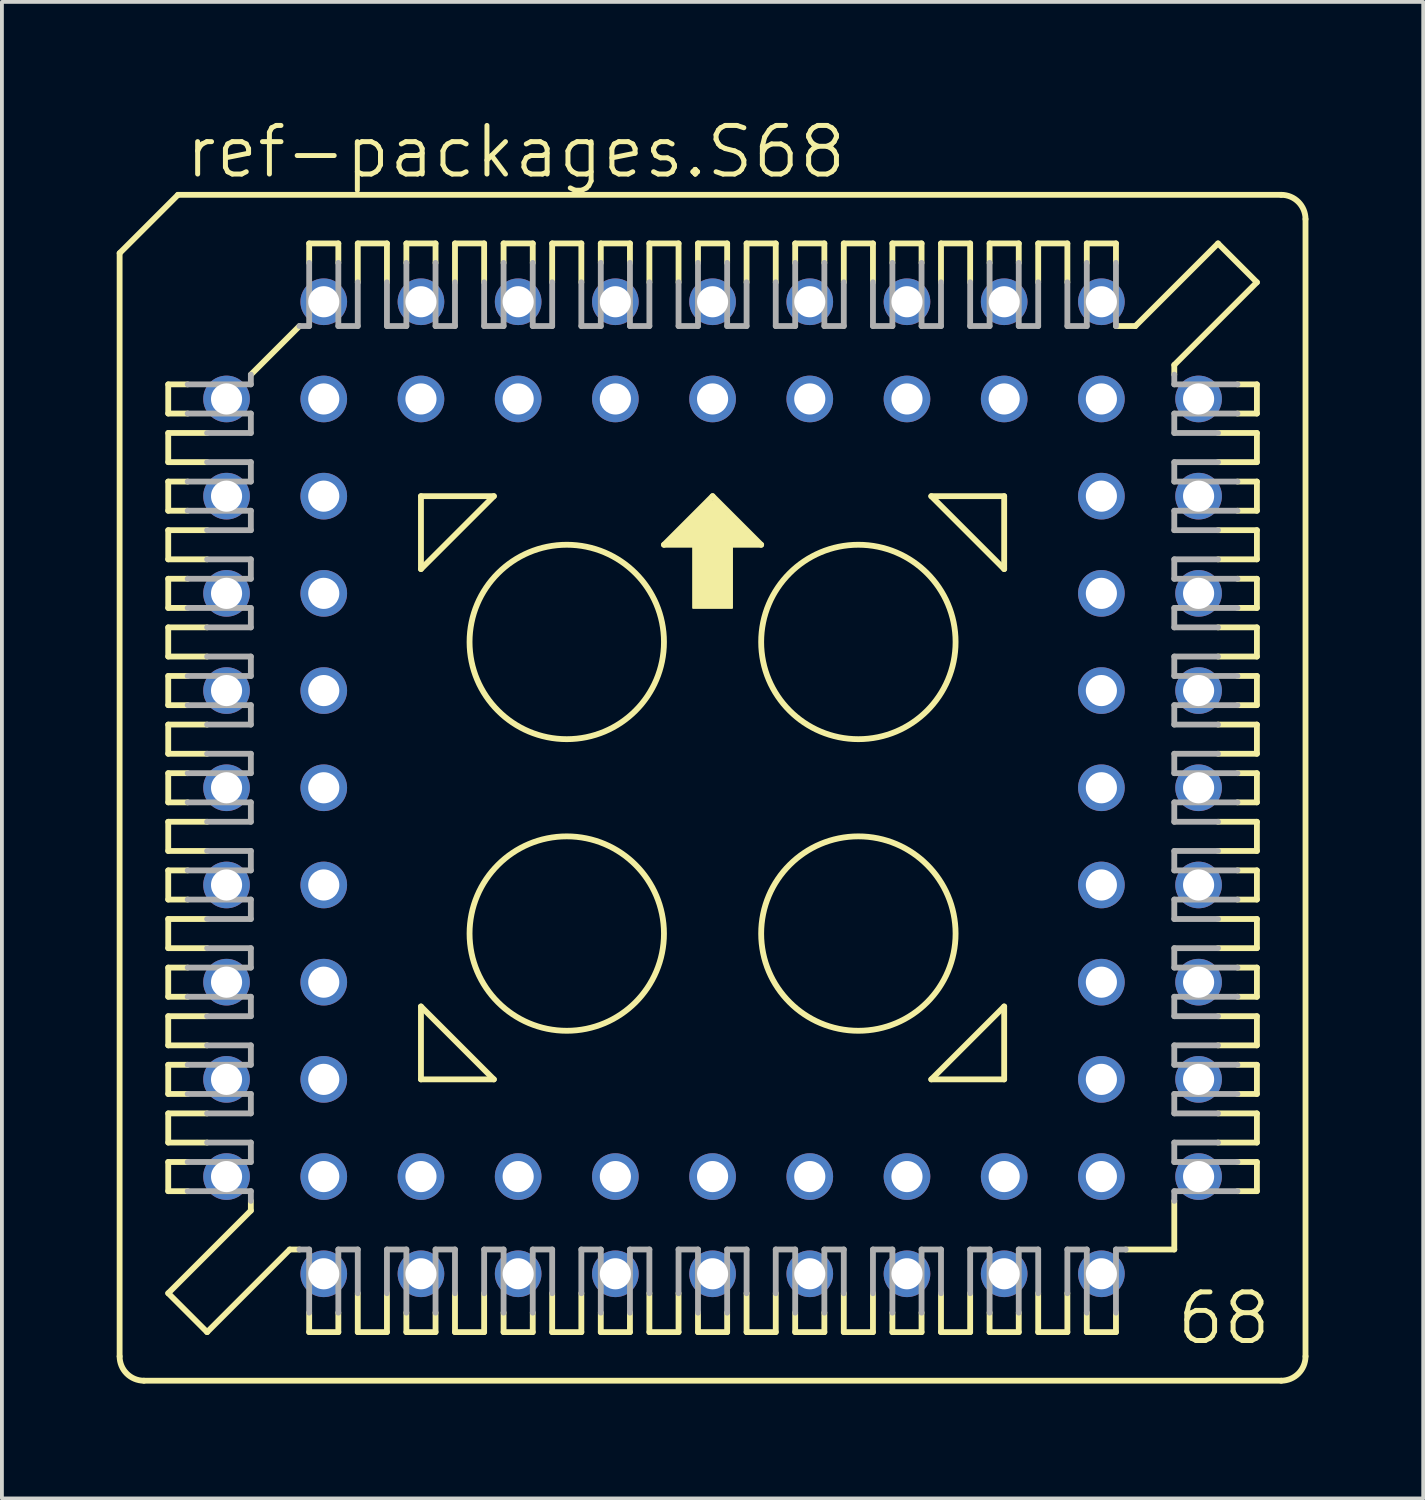
<source format=kicad_pcb>
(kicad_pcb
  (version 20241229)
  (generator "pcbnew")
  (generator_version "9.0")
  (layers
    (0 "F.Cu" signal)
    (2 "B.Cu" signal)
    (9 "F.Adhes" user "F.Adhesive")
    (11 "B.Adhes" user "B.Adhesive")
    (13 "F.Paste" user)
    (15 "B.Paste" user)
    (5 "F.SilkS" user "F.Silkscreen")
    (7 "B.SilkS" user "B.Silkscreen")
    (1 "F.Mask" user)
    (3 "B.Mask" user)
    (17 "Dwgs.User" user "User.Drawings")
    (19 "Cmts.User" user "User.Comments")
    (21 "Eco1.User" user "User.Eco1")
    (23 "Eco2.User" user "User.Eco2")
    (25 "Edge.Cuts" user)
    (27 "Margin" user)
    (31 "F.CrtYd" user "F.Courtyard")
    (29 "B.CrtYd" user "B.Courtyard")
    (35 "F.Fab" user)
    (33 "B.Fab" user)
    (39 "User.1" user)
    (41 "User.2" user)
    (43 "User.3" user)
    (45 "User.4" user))
  (footprint "ref-packages.S68"
    (layer "F.Cu")
    (at 15.57 17.535)
    (property "Reference" "ref-packages.S68" (at -13.843 -15.875 0) (layer "F.SilkS") (effects (font (size 1.27 1.27) (thickness 0.13)) (justify left bottom)))
    (attr through_hole)
    (fp_line (start -15.494 -13.97) (end -15.494 14.859) (stroke (width 0.152) (type default)) (layer "F.SilkS"))
    (fp_line (start -14.224 -10.541) (end -14.224 -9.779) (stroke (width 0.152) (type default)) (layer "F.SilkS"))
    (fp_line (start -14.224 -9.779) (end -13.716 -9.779) (stroke (width 0.152) (type default)) (layer "F.SilkS"))
    (fp_line (start -14.224 -9.271) (end -14.224 -8.509) (stroke (width 0.152) (type default)) (layer "F.SilkS"))
    (fp_line (start -14.224 -8.509) (end -13.208 -8.509) (stroke (width 0.152) (type default)) (layer "F.SilkS"))
    (fp_line (start -14.224 -8.001) (end -13.716 -8.001) (stroke (width 0.152) (type default)) (layer "F.SilkS"))
    (fp_line (start -14.224 -7.239) (end -14.224 -8.001) (stroke (width 0.152) (type default)) (layer "F.SilkS"))
    (fp_line (start -14.224 -6.731) (end -14.224 -5.969) (stroke (width 0.152) (type default)) (layer "F.SilkS"))
    (fp_line (start -14.224 -5.969) (end -13.208 -5.969) (stroke (width 0.152) (type default)) (layer "F.SilkS"))
    (fp_line (start -14.224 -5.461) (end -14.224 -4.699) (stroke (width 0.152) (type default)) (layer "F.SilkS"))
    (fp_line (start -14.224 -4.699) (end -13.716 -4.699) (stroke (width 0.152) (type default)) (layer "F.SilkS"))
    (fp_line (start -14.224 -4.191) (end -14.224 -3.429) (stroke (width 0.152) (type default)) (layer "F.SilkS"))
    (fp_line (start -14.224 -3.429) (end -13.208 -3.429) (stroke (width 0.152) (type default)) (layer "F.SilkS"))
    (fp_line (start -14.224 -2.921) (end -14.224 -2.159) (stroke (width 0.152) (type default)) (layer "F.SilkS"))
    (fp_line (start -14.224 -2.159) (end -13.716 -2.159) (stroke (width 0.152) (type default)) (layer "F.SilkS"))
    (fp_line (start -14.224 -1.651) (end -13.208 -1.651) (stroke (width 0.152) (type default)) (layer "F.SilkS"))
    (fp_line (start -14.224 -0.889) (end -14.224 -1.651) (stroke (width 0.152) (type default)) (layer "F.SilkS"))
    (fp_line (start -14.224 -0.381) (end -13.716 -0.381) (stroke (width 0.152) (type default)) (layer "F.SilkS"))
    (fp_line (start -14.224 0.381) (end -14.224 -0.381) (stroke (width 0.152) (type default)) (layer "F.SilkS"))
    (fp_line (start -14.224 0.889) (end -13.208 0.889) (stroke (width 0.152) (type default)) (layer "F.SilkS"))
    (fp_line (start -14.224 1.651) (end -14.224 0.889) (stroke (width 0.152) (type default)) (layer "F.SilkS"))
    (fp_line (start -14.224 2.159) (end -13.716 2.159) (stroke (width 0.152) (type default)) (layer "F.SilkS"))
    (fp_line (start -14.224 2.921) (end -14.224 2.159) (stroke (width 0.152) (type default)) (layer "F.SilkS"))
    (fp_line (start -14.224 3.429) (end -13.208 3.429) (stroke (width 0.152) (type default)) (layer "F.SilkS"))
    (fp_line (start -14.224 4.191) (end -14.224 3.429) (stroke (width 0.152) (type default)) (layer "F.SilkS"))
    (fp_line (start -14.224 4.699) (end -13.716 4.699) (stroke (width 0.152) (type default)) (layer "F.SilkS"))
    (fp_line (start -14.224 5.461) (end -14.224 4.699) (stroke (width 0.152) (type default)) (layer "F.SilkS"))
    (fp_line (start -14.224 5.969) (end -14.224 6.731) (stroke (width 0.152) (type default)) (layer "F.SilkS"))
    (fp_line (start -14.224 6.731) (end -13.208 6.731) (stroke (width 0.152) (type default)) (layer "F.SilkS"))
    (fp_line (start -14.224 7.239) (end -14.224 8.001) (stroke (width 0.152) (type default)) (layer "F.SilkS"))
    (fp_line (start -14.224 8.001) (end -13.716 8.001) (stroke (width 0.152) (type default)) (layer "F.SilkS"))
    (fp_line (start -14.224 8.509) (end -14.224 9.271) (stroke (width 0.152) (type default)) (layer "F.SilkS"))
    (fp_line (start -14.224 9.271) (end -13.208 9.271) (stroke (width 0.152) (type default)) (layer "F.SilkS"))
    (fp_line (start -14.224 9.779) (end -13.716 9.779) (stroke (width 0.152) (type default)) (layer "F.SilkS"))
    (fp_line (start -14.224 10.541) (end -14.224 9.779) (stroke (width 0.152) (type default)) (layer "F.SilkS"))
    (fp_line (start -14.224 13.208) (end -12.065 11.049) (stroke (width 0.152) (type default)) (layer "F.SilkS"))
    (fp_line (start -13.97 -15.494) (end -15.494 -13.97) (stroke (width 0.152) (type default)) (layer "F.SilkS"))
    (fp_line (start -13.716 -10.541) (end -14.224 -10.541) (stroke (width 0.152) (type default)) (layer "F.SilkS"))
    (fp_line (start -13.716 -7.239) (end -14.224 -7.239) (stroke (width 0.152) (type default)) (layer "F.SilkS"))
    (fp_line (start -13.716 -5.461) (end -14.224 -5.461) (stroke (width 0.152) (type default)) (layer "F.SilkS"))
    (fp_line (start -13.716 -2.921) (end -14.224 -2.921) (stroke (width 0.152) (type default)) (layer "F.SilkS"))
    (fp_line (start -13.716 0.381) (end -14.224 0.381) (stroke (width 0.152) (type default)) (layer "F.SilkS"))
    (fp_line (start -13.716 2.921) (end -14.224 2.921) (stroke (width 0.152) (type default)) (layer "F.SilkS"))
    (fp_line (start -13.716 5.461) (end -14.224 5.461) (stroke (width 0.152) (type default)) (layer "F.SilkS"))
    (fp_line (start -13.716 7.239) (end -14.224 7.239) (stroke (width 0.152) (type default)) (layer "F.SilkS"))
    (fp_line (start -13.716 10.541) (end -14.224 10.541) (stroke (width 0.152) (type default)) (layer "F.SilkS"))
    (fp_line (start -13.208 -9.271) (end -14.224 -9.271) (stroke (width 0.152) (type default)) (layer "F.SilkS"))
    (fp_line (start -13.208 -6.731) (end -14.224 -6.731) (stroke (width 0.152) (type default)) (layer "F.SilkS"))
    (fp_line (start -13.208 -4.191) (end -14.224 -4.191) (stroke (width 0.152) (type default)) (layer "F.SilkS"))
    (fp_line (start -13.208 -0.889) (end -14.224 -0.889) (stroke (width 0.152) (type default)) (layer "F.SilkS"))
    (fp_line (start -13.208 1.651) (end -14.224 1.651) (stroke (width 0.152) (type default)) (layer "F.SilkS"))
    (fp_line (start -13.208 4.191) (end -14.224 4.191) (stroke (width 0.152) (type default)) (layer "F.SilkS"))
    (fp_line (start -13.208 5.969) (end -14.224 5.969) (stroke (width 0.152) (type default)) (layer "F.SilkS"))
    (fp_line (start -13.208 8.509) (end -14.224 8.509) (stroke (width 0.152) (type default)) (layer "F.SilkS"))
    (fp_line (start -13.208 14.224) (end -14.224 13.208) (stroke (width 0.152) (type default)) (layer "F.SilkS"))
    (fp_line (start -13.208 14.224) (end -11.049 12.065) (stroke (width 0.152) (type default)) (layer "F.SilkS"))
    (fp_line (start -12.065 -10.795) (end -10.795 -12.065) (stroke (width 0.152) (type default)) (layer "F.SilkS"))
    (fp_line (start -12.065 11.049) (end -12.065 10.795) (stroke (width 0.152) (type default)) (layer "F.SilkS"))
    (fp_line (start -11.049 12.065) (end -10.795 12.065) (stroke (width 0.152) (type default)) (layer "F.SilkS"))
    (fp_line (start -10.541 -14.224) (end -10.541 -13.716) (stroke (width 0.152) (type default)) (layer "F.SilkS"))
    (fp_line (start -10.541 13.716) (end -10.541 14.224) (stroke (width 0.152) (type default)) (layer "F.SilkS"))
    (fp_line (start -10.541 14.224) (end -9.779 14.224) (stroke (width 0.152) (type default)) (layer "F.SilkS"))
    (fp_line (start -9.779 -14.224) (end -10.541 -14.224) (stroke (width 0.152) (type default)) (layer "F.SilkS"))
    (fp_line (start -9.779 -13.716) (end -9.779 -14.224) (stroke (width 0.152) (type default)) (layer "F.SilkS"))
    (fp_line (start -9.779 14.224) (end -9.779 13.716) (stroke (width 0.152) (type default)) (layer "F.SilkS"))
    (fp_line (start -9.271 -14.224) (end -9.271 -13.208) (stroke (width 0.152) (type default)) (layer "F.SilkS"))
    (fp_line (start -9.271 13.208) (end -9.271 14.224) (stroke (width 0.152) (type default)) (layer "F.SilkS"))
    (fp_line (start -9.271 14.224) (end -8.509 14.224) (stroke (width 0.152) (type default)) (layer "F.SilkS"))
    (fp_line (start -8.509 -14.224) (end -9.271 -14.224) (stroke (width 0.152) (type default)) (layer "F.SilkS"))
    (fp_line (start -8.509 -13.208) (end -8.509 -14.224) (stroke (width 0.152) (type default)) (layer "F.SilkS"))
    (fp_line (start -8.509 14.224) (end -8.509 13.208) (stroke (width 0.152) (type default)) (layer "F.SilkS"))
    (fp_line (start -8.001 -14.224) (end -8.001 -13.716) (stroke (width 0.152) (type default)) (layer "F.SilkS"))
    (fp_line (start -8.001 14.224) (end -8.001 13.716) (stroke (width 0.152) (type default)) (layer "F.SilkS"))
    (fp_line (start -7.62 -7.62) (end -5.715 -7.62) (stroke (width 0.152) (type default)) (layer "F.SilkS"))
    (fp_line (start -7.62 -5.715) (end -7.62 -7.62) (stroke (width 0.152) (type default)) (layer "F.SilkS"))
    (fp_line (start -7.62 5.715) (end -5.715 7.62) (stroke (width 0.152) (type default)) (layer "F.SilkS"))
    (fp_line (start -7.62 7.62) (end -7.62 5.715) (stroke (width 0.152) (type default)) (layer "F.SilkS"))
    (fp_line (start -7.239 -14.224) (end -8.001 -14.224) (stroke (width 0.152) (type default)) (layer "F.SilkS"))
    (fp_line (start -7.239 -13.716) (end -7.239 -14.224) (stroke (width 0.152) (type default)) (layer "F.SilkS"))
    (fp_line (start -7.239 13.716) (end -7.239 14.224) (stroke (width 0.152) (type default)) (layer "F.SilkS"))
    (fp_line (start -7.239 14.224) (end -8.001 14.224) (stroke (width 0.152) (type default)) (layer "F.SilkS"))
    (fp_line (start -6.731 -14.224) (end -6.731 -13.208) (stroke (width 0.152) (type default)) (layer "F.SilkS"))
    (fp_line (start -6.731 13.208) (end -6.731 14.224) (stroke (width 0.152) (type default)) (layer "F.SilkS"))
    (fp_line (start -6.731 14.224) (end -5.969 14.224) (stroke (width 0.152) (type default)) (layer "F.SilkS"))
    (fp_line (start -5.969 -14.224) (end -6.731 -14.224) (stroke (width 0.152) (type default)) (layer "F.SilkS"))
    (fp_line (start -5.969 -13.208) (end -5.969 -14.224) (stroke (width 0.152) (type default)) (layer "F.SilkS"))
    (fp_line (start -5.969 14.224) (end -5.969 13.208) (stroke (width 0.152) (type default)) (layer "F.SilkS"))
    (fp_line (start -5.715 -7.62) (end -7.62 -5.715) (stroke (width 0.152) (type default)) (layer "F.SilkS"))
    (fp_line (start -5.715 7.62) (end -7.62 7.62) (stroke (width 0.152) (type default)) (layer "F.SilkS"))
    (fp_line (start -5.461 -14.224) (end -5.461 -13.716) (stroke (width 0.152) (type default)) (layer "F.SilkS"))
    (fp_line (start -5.461 13.716) (end -5.461 14.224) (stroke (width 0.152) (type default)) (layer "F.SilkS"))
    (fp_line (start -5.461 14.224) (end -4.699 14.224) (stroke (width 0.152) (type default)) (layer "F.SilkS"))
    (fp_line (start -4.699 -14.224) (end -5.461 -14.224) (stroke (width 0.152) (type default)) (layer "F.SilkS"))
    (fp_line (start -4.699 -13.716) (end -4.699 -14.224) (stroke (width 0.152) (type default)) (layer "F.SilkS"))
    (fp_line (start -4.699 14.224) (end -4.699 13.716) (stroke (width 0.152) (type default)) (layer "F.SilkS"))
    (fp_line (start -4.191 -14.224) (end -4.191 -13.208) (stroke (width 0.152) (type default)) (layer "F.SilkS"))
    (fp_line (start -4.191 13.208) (end -4.191 14.224) (stroke (width 0.152) (type default)) (layer "F.SilkS"))
    (fp_line (start -4.191 14.224) (end -3.429 14.224) (stroke (width 0.152) (type default)) (layer "F.SilkS"))
    (fp_line (start -3.429 -14.224) (end -4.191 -14.224) (stroke (width 0.152) (type default)) (layer "F.SilkS"))
    (fp_line (start -3.429 -13.208) (end -3.429 -14.224) (stroke (width 0.152) (type default)) (layer "F.SilkS"))
    (fp_line (start -3.429 14.224) (end -3.429 13.208) (stroke (width 0.152) (type default)) (layer "F.SilkS"))
    (fp_line (start -2.921 -14.224) (end -2.921 -13.716) (stroke (width 0.152) (type default)) (layer "F.SilkS"))
    (fp_line (start -2.921 13.716) (end -2.921 14.224) (stroke (width 0.152) (type default)) (layer "F.SilkS"))
    (fp_line (start -2.921 14.224) (end -2.159 14.224) (stroke (width 0.152) (type default)) (layer "F.SilkS"))
    (fp_line (start -2.159 -14.224) (end -2.921 -14.224) (stroke (width 0.152) (type default)) (layer "F.SilkS"))
    (fp_line (start -2.159 -13.716) (end -2.159 -14.224) (stroke (width 0.152) (type default)) (layer "F.SilkS"))
    (fp_line (start -2.159 14.224) (end -2.159 13.716) (stroke (width 0.152) (type default)) (layer "F.SilkS"))
    (fp_line (start -1.651 -14.224) (end -1.651 -13.208) (stroke (width 0.152) (type default)) (layer "F.SilkS"))
    (fp_line (start -1.651 13.208) (end -1.651 14.224) (stroke (width 0.152) (type default)) (layer "F.SilkS"))
    (fp_line (start -1.651 14.224) (end -0.889 14.224) (stroke (width 0.152) (type default)) (layer "F.SilkS"))
    (fp_line (start -1.27 -6.35) (end 1.27 -6.35) (stroke (width 0.152) (type default)) (layer "F.SilkS"))
    (fp_line (start -0.889 -14.224) (end -1.651 -14.224) (stroke (width 0.152) (type default)) (layer "F.SilkS"))
    (fp_line (start -0.889 -13.208) (end -0.889 -14.224) (stroke (width 0.152) (type default)) (layer "F.SilkS"))
    (fp_line (start -0.889 14.224) (end -0.889 13.208) (stroke (width 0.152) (type default)) (layer "F.SilkS"))
    (fp_line (start -0.381 -14.224) (end -0.381 -13.716) (stroke (width 0.152) (type default)) (layer "F.SilkS"))
    (fp_line (start -0.381 13.716) (end -0.381 14.224) (stroke (width 0.152) (type default)) (layer "F.SilkS"))
    (fp_line (start -0.381 14.224) (end 0.381 14.224) (stroke (width 0.152) (type default)) (layer "F.SilkS"))
    (fp_line (start 0 -7.62) (end -1.27 -6.35) (stroke (width 0.152) (type default)) (layer "F.SilkS"))
    (fp_line (start 0.381 -14.224) (end -0.381 -14.224) (stroke (width 0.152) (type default)) (layer "F.SilkS"))
    (fp_line (start 0.381 -13.716) (end 0.381 -14.224) (stroke (width 0.152) (type default)) (layer "F.SilkS"))
    (fp_line (start 0.381 14.224) (end 0.381 13.716) (stroke (width 0.152) (type default)) (layer "F.SilkS"))
    (fp_line (start 0.889 -14.224) (end 0.889 -13.208) (stroke (width 0.152) (type default)) (layer "F.SilkS"))
    (fp_line (start 0.889 13.208) (end 0.889 14.224) (stroke (width 0.152) (type default)) (layer "F.SilkS"))
    (fp_line (start 0.889 14.224) (end 1.651 14.224) (stroke (width 0.152) (type default)) (layer "F.SilkS"))
    (fp_line (start 1.27 -6.35) (end 0 -7.62) (stroke (width 0.152) (type default)) (layer "F.SilkS"))
    (fp_line (start 1.651 -14.224) (end 0.889 -14.224) (stroke (width 0.152) (type default)) (layer "F.SilkS"))
    (fp_line (start 1.651 -13.208) (end 1.651 -14.224) (stroke (width 0.152) (type default)) (layer "F.SilkS"))
    (fp_line (start 1.651 14.224) (end 1.651 13.208) (stroke (width 0.152) (type default)) (layer "F.SilkS"))
    (fp_line (start 2.159 -14.224) (end 2.159 -13.716) (stroke (width 0.152) (type default)) (layer "F.SilkS"))
    (fp_line (start 2.159 13.716) (end 2.159 14.224) (stroke (width 0.152) (type default)) (layer "F.SilkS"))
    (fp_line (start 2.159 14.224) (end 2.921 14.224) (stroke (width 0.152) (type default)) (layer "F.SilkS"))
    (fp_line (start 2.921 -14.224) (end 2.159 -14.224) (stroke (width 0.152) (type default)) (layer "F.SilkS"))
    (fp_line (start 2.921 -13.716) (end 2.921 -14.224) (stroke (width 0.152) (type default)) (layer "F.SilkS"))
    (fp_line (start 2.921 14.224) (end 2.921 13.716) (stroke (width 0.152) (type default)) (layer "F.SilkS"))
    (fp_line (start 3.429 -14.224) (end 3.429 -13.208) (stroke (width 0.152) (type default)) (layer "F.SilkS"))
    (fp_line (start 3.429 13.208) (end 3.429 14.224) (stroke (width 0.152) (type default)) (layer "F.SilkS"))
    (fp_line (start 3.429 14.224) (end 4.191 14.224) (stroke (width 0.152) (type default)) (layer "F.SilkS"))
    (fp_line (start 4.191 -14.224) (end 3.429 -14.224) (stroke (width 0.152) (type default)) (layer "F.SilkS"))
    (fp_line (start 4.191 -13.208) (end 4.191 -14.224) (stroke (width 0.152) (type default)) (layer "F.SilkS"))
    (fp_line (start 4.191 14.224) (end 4.191 13.208) (stroke (width 0.152) (type default)) (layer "F.SilkS"))
    (fp_line (start 4.699 -14.224) (end 4.699 -13.716) (stroke (width 0.152) (type default)) (layer "F.SilkS"))
    (fp_line (start 4.699 13.716) (end 4.699 14.224) (stroke (width 0.152) (type default)) (layer "F.SilkS"))
    (fp_line (start 4.699 14.224) (end 5.461 14.224) (stroke (width 0.152) (type default)) (layer "F.SilkS"))
    (fp_line (start 5.461 -14.224) (end 4.699 -14.224) (stroke (width 0.152) (type default)) (layer "F.SilkS"))
    (fp_line (start 5.461 -13.716) (end 5.461 -14.224) (stroke (width 0.152) (type default)) (layer "F.SilkS"))
    (fp_line (start 5.461 14.224) (end 5.461 13.716) (stroke (width 0.152) (type default)) (layer "F.SilkS"))
    (fp_line (start 5.715 -7.62) (end 7.62 -7.62) (stroke (width 0.152) (type default)) (layer "F.SilkS"))
    (fp_line (start 5.715 7.62) (end 7.62 7.62) (stroke (width 0.152) (type default)) (layer "F.SilkS"))
    (fp_line (start 5.969 -14.224) (end 5.969 -13.208) (stroke (width 0.152) (type default)) (layer "F.SilkS"))
    (fp_line (start 5.969 13.208) (end 5.969 14.224) (stroke (width 0.152) (type default)) (layer "F.SilkS"))
    (fp_line (start 5.969 14.224) (end 6.731 14.224) (stroke (width 0.152) (type default)) (layer "F.SilkS"))
    (fp_line (start 6.731 -14.224) (end 5.969 -14.224) (stroke (width 0.152) (type default)) (layer "F.SilkS"))
    (fp_line (start 6.731 -13.208) (end 6.731 -14.224) (stroke (width 0.152) (type default)) (layer "F.SilkS"))
    (fp_line (start 6.731 14.224) (end 6.731 13.208) (stroke (width 0.152) (type default)) (layer "F.SilkS"))
    (fp_line (start 7.239 -14.224) (end 8.001 -14.224) (stroke (width 0.152) (type default)) (layer "F.SilkS"))
    (fp_line (start 7.239 -13.716) (end 7.239 -14.224) (stroke (width 0.152) (type default)) (layer "F.SilkS"))
    (fp_line (start 7.239 13.716) (end 7.239 14.224) (stroke (width 0.152) (type default)) (layer "F.SilkS"))
    (fp_line (start 7.239 14.224) (end 8.001 14.224) (stroke (width 0.152) (type default)) (layer "F.SilkS"))
    (fp_line (start 7.62 -7.62) (end 7.62 -5.715) (stroke (width 0.152) (type default)) (layer "F.SilkS"))
    (fp_line (start 7.62 -5.715) (end 5.715 -7.62) (stroke (width 0.152) (type default)) (layer "F.SilkS"))
    (fp_line (start 7.62 5.715) (end 5.715 7.62) (stroke (width 0.152) (type default)) (layer "F.SilkS"))
    (fp_line (start 7.62 7.62) (end 7.62 5.715) (stroke (width 0.152) (type default)) (layer "F.SilkS"))
    (fp_line (start 8.001 -14.224) (end 8.001 -13.716) (stroke (width 0.152) (type default)) (layer "F.SilkS"))
    (fp_line (start 8.001 14.224) (end 8.001 13.716) (stroke (width 0.152) (type default)) (layer "F.SilkS"))
    (fp_line (start 8.509 -14.224) (end 8.509 -13.208) (stroke (width 0.152) (type default)) (layer "F.SilkS"))
    (fp_line (start 8.509 13.208) (end 8.509 14.224) (stroke (width 0.152) (type default)) (layer "F.SilkS"))
    (fp_line (start 8.509 14.224) (end 9.271 14.224) (stroke (width 0.152) (type default)) (layer "F.SilkS"))
    (fp_line (start 9.271 -14.224) (end 8.509 -14.224) (stroke (width 0.152) (type default)) (layer "F.SilkS"))
    (fp_line (start 9.271 -13.208) (end 9.271 -14.224) (stroke (width 0.152) (type default)) (layer "F.SilkS"))
    (fp_line (start 9.271 14.224) (end 9.271 13.208) (stroke (width 0.152) (type default)) (layer "F.SilkS"))
    (fp_line (start 9.779 -14.224) (end 9.779 -13.716) (stroke (width 0.152) (type default)) (layer "F.SilkS"))
    (fp_line (start 9.779 13.716) (end 9.779 14.224) (stroke (width 0.152) (type default)) (layer "F.SilkS"))
    (fp_line (start 9.779 14.224) (end 10.541 14.224) (stroke (width 0.152) (type default)) (layer "F.SilkS"))
    (fp_line (start 10.541 -14.224) (end 9.779 -14.224) (stroke (width 0.152) (type default)) (layer "F.SilkS"))
    (fp_line (start 10.541 -13.716) (end 10.541 -14.224) (stroke (width 0.152) (type default)) (layer "F.SilkS"))
    (fp_line (start 10.541 14.224) (end 10.541 13.716) (stroke (width 0.152) (type default)) (layer "F.SilkS"))
    (fp_line (start 10.795 12.065) (end 12.065 12.065) (stroke (width 0.152) (type default)) (layer "F.SilkS"))
    (fp_line (start 11.049 -12.065) (end 10.541 -12.065) (stroke (width 0.152) (type default)) (layer "F.SilkS"))
    (fp_line (start 12.065 -11.049) (end 12.065 -10.795) (stroke (width 0.152) (type default)) (layer "F.SilkS"))
    (fp_line (start 12.065 12.065) (end 12.065 10.795) (stroke (width 0.152) (type default)) (layer "F.SilkS"))
    (fp_line (start 13.208 -14.224) (end 11.049 -12.065) (stroke (width 0.152) (type default)) (layer "F.SilkS"))
    (fp_line (start 13.208 -8.509) (end 14.224 -8.509) (stroke (width 0.152) (type default)) (layer "F.SilkS"))
    (fp_line (start 13.208 -5.969) (end 14.224 -5.969) (stroke (width 0.152) (type default)) (layer "F.SilkS"))
    (fp_line (start 13.208 -4.191) (end 14.224 -4.191) (stroke (width 0.152) (type default)) (layer "F.SilkS"))
    (fp_line (start 13.208 -1.651) (end 14.224 -1.651) (stroke (width 0.152) (type default)) (layer "F.SilkS"))
    (fp_line (start 13.208 0.889) (end 14.224 0.889) (stroke (width 0.152) (type default)) (layer "F.SilkS"))
    (fp_line (start 13.208 4.191) (end 14.224 4.191) (stroke (width 0.152) (type default)) (layer "F.SilkS"))
    (fp_line (start 13.208 6.731) (end 14.224 6.731) (stroke (width 0.152) (type default)) (layer "F.SilkS"))
    (fp_line (start 13.208 9.271) (end 14.224 9.271) (stroke (width 0.152) (type default)) (layer "F.SilkS"))
    (fp_line (start 13.716 -10.541) (end 14.224 -10.541) (stroke (width 0.152) (type default)) (layer "F.SilkS"))
    (fp_line (start 13.716 -7.239) (end 14.224 -7.239) (stroke (width 0.152) (type default)) (layer "F.SilkS"))
    (fp_line (start 13.716 -5.461) (end 14.224 -5.461) (stroke (width 0.152) (type default)) (layer "F.SilkS"))
    (fp_line (start 13.716 -2.921) (end 14.224 -2.921) (stroke (width 0.152) (type default)) (layer "F.SilkS"))
    (fp_line (start 13.716 -0.381) (end 14.224 -0.381) (stroke (width 0.152) (type default)) (layer "F.SilkS"))
    (fp_line (start 13.716 2.921) (end 14.224 2.921) (stroke (width 0.152) (type default)) (layer "F.SilkS"))
    (fp_line (start 13.716 5.461) (end 14.224 5.461) (stroke (width 0.152) (type default)) (layer "F.SilkS"))
    (fp_line (start 13.716 7.239) (end 14.224 7.239) (stroke (width 0.152) (type default)) (layer "F.SilkS"))
    (fp_line (start 13.716 10.541) (end 14.224 10.541) (stroke (width 0.152) (type default)) (layer "F.SilkS"))
    (fp_line (start 14.224 -13.208) (end 12.065 -11.049) (stroke (width 0.152) (type default)) (layer "F.SilkS"))
    (fp_line (start 14.224 -13.208) (end 13.208 -14.224) (stroke (width 0.152) (type default)) (layer "F.SilkS"))
    (fp_line (start 14.224 -10.541) (end 14.224 -9.779) (stroke (width 0.152) (type default)) (layer "F.SilkS"))
    (fp_line (start 14.224 -9.779) (end 13.716 -9.779) (stroke (width 0.152) (type default)) (layer "F.SilkS"))
    (fp_line (start 14.224 -9.271) (end 13.208 -9.271) (stroke (width 0.152) (type default)) (layer "F.SilkS"))
    (fp_line (start 14.224 -8.509) (end 14.224 -9.271) (stroke (width 0.152) (type default)) (layer "F.SilkS"))
    (fp_line (start 14.224 -8.001) (end 13.716 -8.001) (stroke (width 0.152) (type default)) (layer "F.SilkS"))
    (fp_line (start 14.224 -7.239) (end 14.224 -8.001) (stroke (width 0.152) (type default)) (layer "F.SilkS"))
    (fp_line (start 14.224 -6.731) (end 13.208 -6.731) (stroke (width 0.152) (type default)) (layer "F.SilkS"))
    (fp_line (start 14.224 -5.969) (end 14.224 -6.731) (stroke (width 0.152) (type default)) (layer "F.SilkS"))
    (fp_line (start 14.224 -5.461) (end 14.224 -4.699) (stroke (width 0.152) (type default)) (layer "F.SilkS"))
    (fp_line (start 14.224 -4.699) (end 13.716 -4.699) (stroke (width 0.152) (type default)) (layer "F.SilkS"))
    (fp_line (start 14.224 -4.191) (end 14.224 -3.429) (stroke (width 0.152) (type default)) (layer "F.SilkS"))
    (fp_line (start 14.224 -3.429) (end 13.208 -3.429) (stroke (width 0.152) (type default)) (layer "F.SilkS"))
    (fp_line (start 14.224 -2.921) (end 14.224 -2.159) (stroke (width 0.152) (type default)) (layer "F.SilkS"))
    (fp_line (start 14.224 -2.159) (end 13.716 -2.159) (stroke (width 0.152) (type default)) (layer "F.SilkS"))
    (fp_line (start 14.224 -1.651) (end 14.224 -0.889) (stroke (width 0.152) (type default)) (layer "F.SilkS"))
    (fp_line (start 14.224 -0.889) (end 13.208 -0.889) (stroke (width 0.152) (type default)) (layer "F.SilkS"))
    (fp_line (start 14.224 -0.381) (end 14.224 0.381) (stroke (width 0.152) (type default)) (layer "F.SilkS"))
    (fp_line (start 14.224 0.381) (end 13.716 0.381) (stroke (width 0.152) (type default)) (layer "F.SilkS"))
    (fp_line (start 14.224 0.889) (end 14.224 1.651) (stroke (width 0.152) (type default)) (layer "F.SilkS"))
    (fp_line (start 14.224 1.651) (end 13.208 1.651) (stroke (width 0.152) (type default)) (layer "F.SilkS"))
    (fp_line (start 14.224 2.159) (end 13.716 2.159) (stroke (width 0.152) (type default)) (layer "F.SilkS"))
    (fp_line (start 14.224 2.921) (end 14.224 2.159) (stroke (width 0.152) (type default)) (layer "F.SilkS"))
    (fp_line (start 14.224 3.429) (end 13.208 3.429) (stroke (width 0.152) (type default)) (layer "F.SilkS"))
    (fp_line (start 14.224 4.191) (end 14.224 3.429) (stroke (width 0.152) (type default)) (layer "F.SilkS"))
    (fp_line (start 14.224 4.699) (end 13.716 4.699) (stroke (width 0.152) (type default)) (layer "F.SilkS"))
    (fp_line (start 14.224 5.461) (end 14.224 4.699) (stroke (width 0.152) (type default)) (layer "F.SilkS"))
    (fp_line (start 14.224 5.969) (end 13.208 5.969) (stroke (width 0.152) (type default)) (layer "F.SilkS"))
    (fp_line (start 14.224 6.731) (end 14.224 5.969) (stroke (width 0.152) (type default)) (layer "F.SilkS"))
    (fp_line (start 14.224 7.239) (end 14.224 8.001) (stroke (width 0.152) (type default)) (layer "F.SilkS"))
    (fp_line (start 14.224 8.001) (end 13.716 8.001) (stroke (width 0.152) (type default)) (layer "F.SilkS"))
    (fp_line (start 14.224 8.509) (end 13.208 8.509) (stroke (width 0.152) (type default)) (layer "F.SilkS"))
    (fp_line (start 14.224 9.271) (end 14.224 8.509) (stroke (width 0.152) (type default)) (layer "F.SilkS"))
    (fp_line (start 14.224 9.779) (end 13.716 9.779) (stroke (width 0.152) (type default)) (layer "F.SilkS"))
    (fp_line (start 14.224 10.541) (end 14.224 9.779) (stroke (width 0.152) (type default)) (layer "F.SilkS"))
    (fp_line (start 14.859 -15.494) (end -13.97 -15.494) (stroke (width 0.152) (type default)) (layer "F.SilkS"))
    (fp_line (start 14.859 15.494) (end -14.859 15.494) (stroke (width 0.152) (type default)) (layer "F.SilkS"))
    (fp_line (start 15.494 -14.859) (end 15.494 14.859) (stroke (width 0.152) (type default)) (layer "F.SilkS"))
    (fp_rect (start -1.143 -6.35) (end -0.889 -6.477) (stroke (width 0.05) (type default)) (fill yes) (layer "F.SilkS"))
    (fp_rect (start -1.016 -6.477) (end -0.889 -6.604) (stroke (width 0.05) (type default)) (fill yes) (layer "F.SilkS"))
    (fp_rect (start -0.889 -6.35) (end 0.889 -6.731) (stroke (width 0.05) (type default)) (fill yes) (layer "F.SilkS"))
    (fp_rect (start -0.762 -6.731) (end -0.635 -6.858) (stroke (width 0.05) (type default)) (fill yes) (layer "F.SilkS"))
    (fp_rect (start -0.635 -6.731) (end 0.635 -6.985) (stroke (width 0.05) (type default)) (fill yes) (layer "F.SilkS"))
    (fp_rect (start -0.508 -6.985) (end -0.381 -7.112) (stroke (width 0.05) (type default)) (fill yes) (layer "F.SilkS"))
    (fp_rect (start -0.508 -4.699) (end 0.508 -6.604) (stroke (width 0.05) (type default)) (fill yes) (layer "F.SilkS"))
    (fp_rect (start -0.381 -6.985) (end 0.381 -7.239) (stroke (width 0.05) (type default)) (fill yes) (layer "F.SilkS"))
    (fp_rect (start -0.254 -7.239) (end -0.127 -7.366) (stroke (width 0.05) (type default)) (fill yes) (layer "F.SilkS"))
    (fp_rect (start -0.127 -7.239) (end 0.127 -7.493) (stroke (width 0.05) (type default)) (fill yes) (layer "F.SilkS"))
    (fp_rect (start 0.127 -7.239) (end 0.254 -7.366) (stroke (width 0.05) (type default)) (fill yes) (layer "F.SilkS"))
    (fp_rect (start 0.381 -6.985) (end 0.508 -7.112) (stroke (width 0.05) (type default)) (fill yes) (layer "F.SilkS"))
    (fp_rect (start 0.635 -6.731) (end 0.762 -6.858) (stroke (width 0.05) (type default)) (fill yes) (layer "F.SilkS"))
    (fp_rect (start 0.889 -6.477) (end 1.016 -6.604) (stroke (width 0.05) (type default)) (fill yes) (layer "F.SilkS"))
    (fp_rect (start 0.889 -6.35) (end 1.143 -6.477) (stroke (width 0.05) (type default)) (fill yes) (layer "F.SilkS"))
    (fp_arc (start -14.859 15.494) (mid -15.308013 15.308013) (end -15.494 14.859) (stroke (width 0.1524) (type default)) (layer "F.SilkS"))
    (fp_arc (start 14.859 -15.494) (mid 15.308013 -15.308013) (end 15.494 -14.859) (stroke (width 0.1524) (type default)) (layer "F.SilkS"))
    (fp_arc (start 15.494 14.859) (mid 15.308013 15.308013) (end 14.859 15.494) (stroke (width 0.1524) (type default)) (layer "F.SilkS"))
    (fp_circle (center -3.81 -3.81) (end -1.27 -3.81) (stroke (width 0.152) (type default)) (fill no) (layer "F.SilkS"))
    (fp_circle (center -3.81 3.81) (end -1.27 3.81) (stroke (width 0.152) (type default)) (fill no) (layer "F.SilkS"))
    (fp_circle (center 3.81 -3.81) (end 6.35 -3.81) (stroke (width 0.152) (type default)) (fill no) (layer "F.SilkS"))
    (fp_circle (center 3.81 3.81) (end 6.35 3.81) (stroke (width 0.152) (type default)) (fill no) (layer "F.SilkS"))
    (fp_line (start -13.716 -10.541) (end -12.065 -10.541) (stroke (width 0.152) (type default)) (layer "F.Fab"))
    (fp_line (start -13.716 -7.239) (end -12.065 -7.239) (stroke (width 0.152) (type default)) (layer "F.Fab"))
    (fp_line (start -13.716 -5.461) (end -12.065 -5.461) (stroke (width 0.152) (type default)) (layer "F.Fab"))
    (fp_line (start -13.716 -2.921) (end -12.065 -2.921) (stroke (width 0.152) (type default)) (layer "F.Fab"))
    (fp_line (start -13.716 0.381) (end -12.065 0.381) (stroke (width 0.152) (type default)) (layer "F.Fab"))
    (fp_line (start -13.716 2.921) (end -12.065 2.921) (stroke (width 0.152) (type default)) (layer "F.Fab"))
    (fp_line (start -13.716 5.461) (end -12.065 5.461) (stroke (width 0.152) (type default)) (layer "F.Fab"))
    (fp_line (start -13.716 7.239) (end -12.065 7.239) (stroke (width 0.152) (type default)) (layer "F.Fab"))
    (fp_line (start -13.716 9.779) (end -12.065 9.779) (stroke (width 0.152) (type default)) (layer "F.Fab"))
    (fp_line (start -13.716 10.541) (end -12.065 10.541) (stroke (width 0.152) (type default)) (layer "F.Fab"))
    (fp_line (start -13.208 -9.271) (end -12.065 -9.271) (stroke (width 0.152) (type default)) (layer "F.Fab"))
    (fp_line (start -13.208 -6.731) (end -12.065 -6.731) (stroke (width 0.152) (type default)) (layer "F.Fab"))
    (fp_line (start -13.208 -4.191) (end -12.065 -4.191) (stroke (width 0.152) (type default)) (layer "F.Fab"))
    (fp_line (start -13.208 -0.889) (end -12.065 -0.889) (stroke (width 0.152) (type default)) (layer "F.Fab"))
    (fp_line (start -13.208 1.651) (end -12.065 1.651) (stroke (width 0.152) (type default)) (layer "F.Fab"))
    (fp_line (start -13.208 4.191) (end -12.065 4.191) (stroke (width 0.152) (type default)) (layer "F.Fab"))
    (fp_line (start -13.208 5.969) (end -12.065 5.969) (stroke (width 0.152) (type default)) (layer "F.Fab"))
    (fp_line (start -13.208 8.509) (end -12.065 8.509) (stroke (width 0.152) (type default)) (layer "F.Fab"))
    (fp_line (start -12.065 -10.541) (end -12.065 -10.795) (stroke (width 0.152) (type default)) (layer "F.Fab"))
    (fp_line (start -12.065 -9.779) (end -13.716 -9.779) (stroke (width 0.152) (type default)) (layer "F.Fab"))
    (fp_line (start -12.065 -9.779) (end -12.065 -9.271) (stroke (width 0.152) (type default)) (layer "F.Fab"))
    (fp_line (start -12.065 -8.509) (end -13.208 -8.509) (stroke (width 0.152) (type default)) (layer "F.Fab"))
    (fp_line (start -12.065 -8.001) (end -13.716 -8.001) (stroke (width 0.152) (type default)) (layer "F.Fab"))
    (fp_line (start -12.065 -8.001) (end -12.065 -8.509) (stroke (width 0.152) (type default)) (layer "F.Fab"))
    (fp_line (start -12.065 -6.731) (end -12.065 -7.239) (stroke (width 0.152) (type default)) (layer "F.Fab"))
    (fp_line (start -12.065 -5.969) (end -13.208 -5.969) (stroke (width 0.152) (type default)) (layer "F.Fab"))
    (fp_line (start -12.065 -5.969) (end -12.065 -5.461) (stroke (width 0.152) (type default)) (layer "F.Fab"))
    (fp_line (start -12.065 -4.699) (end -13.716 -4.699) (stroke (width 0.152) (type default)) (layer "F.Fab"))
    (fp_line (start -12.065 -4.699) (end -12.065 -4.191) (stroke (width 0.152) (type default)) (layer "F.Fab"))
    (fp_line (start -12.065 -3.429) (end -13.208 -3.429) (stroke (width 0.152) (type default)) (layer "F.Fab"))
    (fp_line (start -12.065 -3.429) (end -12.065 -2.921) (stroke (width 0.152) (type default)) (layer "F.Fab"))
    (fp_line (start -12.065 -2.159) (end -13.716 -2.159) (stroke (width 0.152) (type default)) (layer "F.Fab"))
    (fp_line (start -12.065 -2.159) (end -12.065 -1.651) (stroke (width 0.152) (type default)) (layer "F.Fab"))
    (fp_line (start -12.065 -1.651) (end -13.208 -1.651) (stroke (width 0.152) (type default)) (layer "F.Fab"))
    (fp_line (start -12.065 -0.381) (end -13.716 -0.381) (stroke (width 0.152) (type default)) (layer "F.Fab"))
    (fp_line (start -12.065 -0.381) (end -12.065 -0.889) (stroke (width 0.152) (type default)) (layer "F.Fab"))
    (fp_line (start -12.065 0.889) (end -13.208 0.889) (stroke (width 0.152) (type default)) (layer "F.Fab"))
    (fp_line (start -12.065 0.889) (end -12.065 0.381) (stroke (width 0.152) (type default)) (layer "F.Fab"))
    (fp_line (start -12.065 2.159) (end -13.716 2.159) (stroke (width 0.152) (type default)) (layer "F.Fab"))
    (fp_line (start -12.065 2.159) (end -12.065 1.651) (stroke (width 0.152) (type default)) (layer "F.Fab"))
    (fp_line (start -12.065 3.429) (end -13.208 3.429) (stroke (width 0.152) (type default)) (layer "F.Fab"))
    (fp_line (start -12.065 3.429) (end -12.065 2.921) (stroke (width 0.152) (type default)) (layer "F.Fab"))
    (fp_line (start -12.065 4.699) (end -13.716 4.699) (stroke (width 0.152) (type default)) (layer "F.Fab"))
    (fp_line (start -12.065 4.699) (end -12.065 4.191) (stroke (width 0.152) (type default)) (layer "F.Fab"))
    (fp_line (start -12.065 5.461) (end -12.065 5.969) (stroke (width 0.152) (type default)) (layer "F.Fab"))
    (fp_line (start -12.065 6.731) (end -13.208 6.731) (stroke (width 0.152) (type default)) (layer "F.Fab"))
    (fp_line (start -12.065 6.731) (end -12.065 7.239) (stroke (width 0.152) (type default)) (layer "F.Fab"))
    (fp_line (start -12.065 8.001) (end -13.716 8.001) (stroke (width 0.152) (type default)) (layer "F.Fab"))
    (fp_line (start -12.065 8.001) (end -12.065 8.509) (stroke (width 0.152) (type default)) (layer "F.Fab"))
    (fp_line (start -12.065 9.271) (end -13.208 9.271) (stroke (width 0.152) (type default)) (layer "F.Fab"))
    (fp_line (start -12.065 9.271) (end -12.065 9.779) (stroke (width 0.152) (type default)) (layer "F.Fab"))
    (fp_line (start -12.065 10.541) (end -12.065 10.795) (stroke (width 0.152) (type default)) (layer "F.Fab"))
    (fp_line (start -10.795 -12.065) (end -10.541 -12.065) (stroke (width 0.152) (type default)) (layer "F.Fab"))
    (fp_line (start -10.541 -12.065) (end -10.541 -13.716) (stroke (width 0.152) (type default)) (layer "F.Fab"))
    (fp_line (start -10.541 12.065) (end -10.795 12.065) (stroke (width 0.152) (type default)) (layer "F.Fab"))
    (fp_line (start -10.541 13.716) (end -10.541 12.065) (stroke (width 0.152) (type default)) (layer "F.Fab"))
    (fp_line (start -9.779 -13.716) (end -9.779 -12.065) (stroke (width 0.152) (type default)) (layer "F.Fab"))
    (fp_line (start -9.779 12.065) (end -9.779 13.716) (stroke (width 0.152) (type default)) (layer "F.Fab"))
    (fp_line (start -9.779 12.065) (end -9.271 12.065) (stroke (width 0.152) (type default)) (layer "F.Fab"))
    (fp_line (start -9.271 -12.065) (end -9.779 -12.065) (stroke (width 0.152) (type default)) (layer "F.Fab"))
    (fp_line (start -9.271 -12.065) (end -9.271 -13.208) (stroke (width 0.152) (type default)) (layer "F.Fab"))
    (fp_line (start -9.271 13.208) (end -9.271 12.065) (stroke (width 0.152) (type default)) (layer "F.Fab"))
    (fp_line (start -8.509 -13.208) (end -8.509 -12.065) (stroke (width 0.152) (type default)) (layer "F.Fab"))
    (fp_line (start -8.509 12.065) (end -8.509 13.208) (stroke (width 0.152) (type default)) (layer "F.Fab"))
    (fp_line (start -8.001 -12.065) (end -8.509 -12.065) (stroke (width 0.152) (type default)) (layer "F.Fab"))
    (fp_line (start -8.001 -12.065) (end -8.001 -13.716) (stroke (width 0.152) (type default)) (layer "F.Fab"))
    (fp_line (start -8.001 12.065) (end -8.509 12.065) (stroke (width 0.152) (type default)) (layer "F.Fab"))
    (fp_line (start -8.001 12.065) (end -8.001 13.716) (stroke (width 0.152) (type default)) (layer "F.Fab"))
    (fp_line (start -7.239 -13.716) (end -7.239 -12.065) (stroke (width 0.152) (type default)) (layer "F.Fab"))
    (fp_line (start -7.239 13.716) (end -7.239 12.065) (stroke (width 0.152) (type default)) (layer "F.Fab"))
    (fp_line (start -6.731 -12.065) (end -7.239 -12.065) (stroke (width 0.152) (type default)) (layer "F.Fab"))
    (fp_line (start -6.731 -12.065) (end -6.731 -13.208) (stroke (width 0.152) (type default)) (layer "F.Fab"))
    (fp_line (start -6.731 12.065) (end -7.239 12.065) (stroke (width 0.152) (type default)) (layer "F.Fab"))
    (fp_line (start -6.731 13.208) (end -6.731 12.065) (stroke (width 0.152) (type default)) (layer "F.Fab"))
    (fp_line (start -5.969 -13.208) (end -5.969 -12.065) (stroke (width 0.152) (type default)) (layer "F.Fab"))
    (fp_line (start -5.969 12.065) (end -5.969 13.208) (stroke (width 0.152) (type default)) (layer "F.Fab"))
    (fp_line (start -5.969 12.065) (end -5.461 12.065) (stroke (width 0.152) (type default)) (layer "F.Fab"))
    (fp_line (start -5.461 -12.065) (end -5.969 -12.065) (stroke (width 0.152) (type default)) (layer "F.Fab"))
    (fp_line (start -5.461 -12.065) (end -5.461 -13.716) (stroke (width 0.152) (type default)) (layer "F.Fab"))
    (fp_line (start -5.461 13.716) (end -5.461 12.065) (stroke (width 0.152) (type default)) (layer "F.Fab"))
    (fp_line (start -4.699 -13.716) (end -4.699 -12.065) (stroke (width 0.152) (type default)) (layer "F.Fab"))
    (fp_line (start -4.699 12.065) (end -4.699 13.716) (stroke (width 0.152) (type default)) (layer "F.Fab"))
    (fp_line (start -4.699 12.065) (end -4.191 12.065) (stroke (width 0.152) (type default)) (layer "F.Fab"))
    (fp_line (start -4.191 -12.065) (end -4.699 -12.065) (stroke (width 0.152) (type default)) (layer "F.Fab"))
    (fp_line (start -4.191 -12.065) (end -4.191 -13.208) (stroke (width 0.152) (type default)) (layer "F.Fab"))
    (fp_line (start -4.191 13.208) (end -4.191 12.065) (stroke (width 0.152) (type default)) (layer "F.Fab"))
    (fp_line (start -3.429 -13.208) (end -3.429 -12.065) (stroke (width 0.152) (type default)) (layer "F.Fab"))
    (fp_line (start -3.429 12.065) (end -3.429 13.208) (stroke (width 0.152) (type default)) (layer "F.Fab"))
    (fp_line (start -3.429 12.065) (end -2.921 12.065) (stroke (width 0.152) (type default)) (layer "F.Fab"))
    (fp_line (start -2.921 -12.065) (end -3.429 -12.065) (stroke (width 0.152) (type default)) (layer "F.Fab"))
    (fp_line (start -2.921 -12.065) (end -2.921 -13.716) (stroke (width 0.152) (type default)) (layer "F.Fab"))
    (fp_line (start -2.921 13.716) (end -2.921 12.065) (stroke (width 0.152) (type default)) (layer "F.Fab"))
    (fp_line (start -2.159 -13.716) (end -2.159 -12.065) (stroke (width 0.152) (type default)) (layer "F.Fab"))
    (fp_line (start -2.159 12.065) (end -2.159 13.716) (stroke (width 0.152) (type default)) (layer "F.Fab"))
    (fp_line (start -2.159 12.065) (end -1.651 12.065) (stroke (width 0.152) (type default)) (layer "F.Fab"))
    (fp_line (start -1.651 -12.065) (end -2.159 -12.065) (stroke (width 0.152) (type default)) (layer "F.Fab"))
    (fp_line (start -1.651 -12.065) (end -1.651 -13.208) (stroke (width 0.152) (type default)) (layer "F.Fab"))
    (fp_line (start -1.651 13.208) (end -1.651 12.065) (stroke (width 0.152) (type default)) (layer "F.Fab"))
    (fp_line (start -0.889 -13.208) (end -0.889 -12.065) (stroke (width 0.152) (type default)) (layer "F.Fab"))
    (fp_line (start -0.889 12.065) (end -0.889 13.208) (stroke (width 0.152) (type default)) (layer "F.Fab"))
    (fp_line (start -0.889 12.065) (end -0.381 12.065) (stroke (width 0.152) (type default)) (layer "F.Fab"))
    (fp_line (start -0.381 -12.065) (end -0.889 -12.065) (stroke (width 0.152) (type default)) (layer "F.Fab"))
    (fp_line (start -0.381 -12.065) (end -0.381 -13.716) (stroke (width 0.152) (type default)) (layer "F.Fab"))
    (fp_line (start -0.381 13.716) (end -0.381 12.065) (stroke (width 0.152) (type default)) (layer "F.Fab"))
    (fp_line (start 0.381 -13.716) (end 0.381 -12.065) (stroke (width 0.152) (type default)) (layer "F.Fab"))
    (fp_line (start 0.381 12.065) (end 0.381 13.716) (stroke (width 0.152) (type default)) (layer "F.Fab"))
    (fp_line (start 0.381 12.065) (end 0.889 12.065) (stroke (width 0.152) (type default)) (layer "F.Fab"))
    (fp_line (start 0.889 -12.065) (end 0.381 -12.065) (stroke (width 0.152) (type default)) (layer "F.Fab"))
    (fp_line (start 0.889 -12.065) (end 0.889 -13.208) (stroke (width 0.152) (type default)) (layer "F.Fab"))
    (fp_line (start 0.889 13.208) (end 0.889 12.065) (stroke (width 0.152) (type default)) (layer "F.Fab"))
    (fp_line (start 1.651 -13.208) (end 1.651 -12.065) (stroke (width 0.152) (type default)) (layer "F.Fab"))
    (fp_line (start 1.651 12.065) (end 1.651 13.208) (stroke (width 0.152) (type default)) (layer "F.Fab"))
    (fp_line (start 1.651 12.065) (end 2.159 12.065) (stroke (width 0.152) (type default)) (layer "F.Fab"))
    (fp_line (start 2.159 -12.065) (end 1.651 -12.065) (stroke (width 0.152) (type default)) (layer "F.Fab"))
    (fp_line (start 2.159 -12.065) (end 2.159 -13.716) (stroke (width 0.152) (type default)) (layer "F.Fab"))
    (fp_line (start 2.159 13.716) (end 2.159 12.065) (stroke (width 0.152) (type default)) (layer "F.Fab"))
    (fp_line (start 2.921 -13.716) (end 2.921 -12.065) (stroke (width 0.152) (type default)) (layer "F.Fab"))
    (fp_line (start 2.921 12.065) (end 2.921 13.716) (stroke (width 0.152) (type default)) (layer "F.Fab"))
    (fp_line (start 2.921 12.065) (end 3.429 12.065) (stroke (width 0.152) (type default)) (layer "F.Fab"))
    (fp_line (start 3.429 -12.065) (end 2.921 -12.065) (stroke (width 0.152) (type default)) (layer "F.Fab"))
    (fp_line (start 3.429 -12.065) (end 3.429 -13.208) (stroke (width 0.152) (type default)) (layer "F.Fab"))
    (fp_line (start 3.429 13.208) (end 3.429 12.065) (stroke (width 0.152) (type default)) (layer "F.Fab"))
    (fp_line (start 4.191 -13.208) (end 4.191 -12.065) (stroke (width 0.152) (type default)) (layer "F.Fab"))
    (fp_line (start 4.191 12.065) (end 4.191 13.208) (stroke (width 0.152) (type default)) (layer "F.Fab"))
    (fp_line (start 4.191 12.065) (end 4.699 12.065) (stroke (width 0.152) (type default)) (layer "F.Fab"))
    (fp_line (start 4.699 -12.065) (end 4.191 -12.065) (stroke (width 0.152) (type default)) (layer "F.Fab"))
    (fp_line (start 4.699 -12.065) (end 4.699 -13.716) (stroke (width 0.152) (type default)) (layer "F.Fab"))
    (fp_line (start 4.699 13.716) (end 4.699 12.065) (stroke (width 0.152) (type default)) (layer "F.Fab"))
    (fp_line (start 5.461 -13.716) (end 5.461 -12.065) (stroke (width 0.152) (type default)) (layer "F.Fab"))
    (fp_line (start 5.461 12.065) (end 5.461 13.716) (stroke (width 0.152) (type default)) (layer "F.Fab"))
    (fp_line (start 5.461 12.065) (end 5.969 12.065) (stroke (width 0.152) (type default)) (layer "F.Fab"))
    (fp_line (start 5.969 -12.065) (end 5.461 -12.065) (stroke (width 0.152) (type default)) (layer "F.Fab"))
    (fp_line (start 5.969 -12.065) (end 5.969 -13.208) (stroke (width 0.152) (type default)) (layer "F.Fab"))
    (fp_line (start 5.969 13.208) (end 5.969 12.065) (stroke (width 0.152) (type default)) (layer "F.Fab"))
    (fp_line (start 6.731 -13.208) (end 6.731 -12.065) (stroke (width 0.152) (type default)) (layer "F.Fab"))
    (fp_line (start 6.731 -12.065) (end 7.239 -12.065) (stroke (width 0.152) (type default)) (layer "F.Fab"))
    (fp_line (start 6.731 12.065) (end 6.731 13.208) (stroke (width 0.152) (type default)) (layer "F.Fab"))
    (fp_line (start 6.731 12.065) (end 7.239 12.065) (stroke (width 0.152) (type default)) (layer "F.Fab"))
    (fp_line (start 7.239 -13.716) (end 7.239 -12.065) (stroke (width 0.152) (type default)) (layer "F.Fab"))
    (fp_line (start 7.239 13.716) (end 7.239 12.065) (stroke (width 0.152) (type default)) (layer "F.Fab"))
    (fp_line (start 8.001 -12.065) (end 8.001 -13.716) (stroke (width 0.152) (type default)) (layer "F.Fab"))
    (fp_line (start 8.001 -12.065) (end 8.509 -12.065) (stroke (width 0.152) (type default)) (layer "F.Fab"))
    (fp_line (start 8.001 12.065) (end 8.001 13.716) (stroke (width 0.152) (type default)) (layer "F.Fab"))
    (fp_line (start 8.001 12.065) (end 8.509 12.065) (stroke (width 0.152) (type default)) (layer "F.Fab"))
    (fp_line (start 8.509 -12.065) (end 8.509 -13.208) (stroke (width 0.152) (type default)) (layer "F.Fab"))
    (fp_line (start 8.509 13.208) (end 8.509 12.065) (stroke (width 0.152) (type default)) (layer "F.Fab"))
    (fp_line (start 9.271 -13.208) (end 9.271 -12.065) (stroke (width 0.152) (type default)) (layer "F.Fab"))
    (fp_line (start 9.271 13.208) (end 9.271 12.065) (stroke (width 0.152) (type default)) (layer "F.Fab"))
    (fp_line (start 9.779 -12.065) (end 9.271 -12.065) (stroke (width 0.152) (type default)) (layer "F.Fab"))
    (fp_line (start 9.779 -12.065) (end 9.779 -13.716) (stroke (width 0.152) (type default)) (layer "F.Fab"))
    (fp_line (start 9.779 12.065) (end 9.271 12.065) (stroke (width 0.152) (type default)) (layer "F.Fab"))
    (fp_line (start 9.779 13.716) (end 9.779 12.065) (stroke (width 0.152) (type default)) (layer "F.Fab"))
    (fp_line (start 10.541 -13.716) (end 10.541 -12.065) (stroke (width 0.152) (type default)) (layer "F.Fab"))
    (fp_line (start 10.541 12.065) (end 10.541 13.716) (stroke (width 0.152) (type default)) (layer "F.Fab"))
    (fp_line (start 10.795 12.065) (end 10.541 12.065) (stroke (width 0.152) (type default)) (layer "F.Fab"))
    (fp_line (start 12.065 -10.541) (end 12.065 -10.795) (stroke (width 0.152) (type default)) (layer "F.Fab"))
    (fp_line (start 12.065 -9.779) (end 12.065 -9.271) (stroke (width 0.152) (type default)) (layer "F.Fab"))
    (fp_line (start 12.065 -9.779) (end 13.716 -9.779) (stroke (width 0.152) (type default)) (layer "F.Fab"))
    (fp_line (start 12.065 -9.271) (end 13.208 -9.271) (stroke (width 0.152) (type default)) (layer "F.Fab"))
    (fp_line (start 12.065 -8.001) (end 12.065 -8.509) (stroke (width 0.152) (type default)) (layer "F.Fab"))
    (fp_line (start 12.065 -8.001) (end 13.716 -8.001) (stroke (width 0.152) (type default)) (layer "F.Fab"))
    (fp_line (start 12.065 -6.731) (end 12.065 -7.239) (stroke (width 0.152) (type default)) (layer "F.Fab"))
    (fp_line (start 12.065 -6.731) (end 13.208 -6.731) (stroke (width 0.152) (type default)) (layer "F.Fab"))
    (fp_line (start 12.065 -5.461) (end 12.065 -5.969) (stroke (width 0.152) (type default)) (layer "F.Fab"))
    (fp_line (start 12.065 -4.699) (end 12.065 -4.191) (stroke (width 0.152) (type default)) (layer "F.Fab"))
    (fp_line (start 12.065 -4.699) (end 13.716 -4.699) (stroke (width 0.152) (type default)) (layer "F.Fab"))
    (fp_line (start 12.065 -3.429) (end 12.065 -2.921) (stroke (width 0.152) (type default)) (layer "F.Fab"))
    (fp_line (start 12.065 -3.429) (end 13.208 -3.429) (stroke (width 0.152) (type default)) (layer "F.Fab"))
    (fp_line (start 12.065 -2.159) (end 12.065 -1.651) (stroke (width 0.152) (type default)) (layer "F.Fab"))
    (fp_line (start 12.065 -2.159) (end 13.716 -2.159) (stroke (width 0.152) (type default)) (layer "F.Fab"))
    (fp_line (start 12.065 -0.889) (end 12.065 -0.381) (stroke (width 0.152) (type default)) (layer "F.Fab"))
    (fp_line (start 12.065 -0.889) (end 13.208 -0.889) (stroke (width 0.152) (type default)) (layer "F.Fab"))
    (fp_line (start 12.065 0.381) (end 12.065 0.889) (stroke (width 0.152) (type default)) (layer "F.Fab"))
    (fp_line (start 12.065 0.381) (end 13.716 0.381) (stroke (width 0.152) (type default)) (layer "F.Fab"))
    (fp_line (start 12.065 1.651) (end 12.065 2.159) (stroke (width 0.152) (type default)) (layer "F.Fab"))
    (fp_line (start 12.065 1.651) (end 13.208 1.651) (stroke (width 0.152) (type default)) (layer "F.Fab"))
    (fp_line (start 12.065 2.159) (end 13.716 2.159) (stroke (width 0.152) (type default)) (layer "F.Fab"))
    (fp_line (start 12.065 3.429) (end 12.065 2.921) (stroke (width 0.152) (type default)) (layer "F.Fab"))
    (fp_line (start 12.065 3.429) (end 13.208 3.429) (stroke (width 0.152) (type default)) (layer "F.Fab"))
    (fp_line (start 12.065 4.699) (end 12.065 4.191) (stroke (width 0.152) (type default)) (layer "F.Fab"))
    (fp_line (start 12.065 4.699) (end 13.716 4.699) (stroke (width 0.152) (type default)) (layer "F.Fab"))
    (fp_line (start 12.065 5.969) (end 12.065 5.461) (stroke (width 0.152) (type default)) (layer "F.Fab"))
    (fp_line (start 12.065 5.969) (end 13.208 5.969) (stroke (width 0.152) (type default)) (layer "F.Fab"))
    (fp_line (start 12.065 6.731) (end 12.065 7.239) (stroke (width 0.152) (type default)) (layer "F.Fab"))
    (fp_line (start 12.065 8.001) (end 12.065 8.509) (stroke (width 0.152) (type default)) (layer "F.Fab"))
    (fp_line (start 12.065 8.001) (end 13.716 8.001) (stroke (width 0.152) (type default)) (layer "F.Fab"))
    (fp_line (start 12.065 8.509) (end 13.208 8.509) (stroke (width 0.152) (type default)) (layer "F.Fab"))
    (fp_line (start 12.065 9.779) (end 12.065 9.271) (stroke (width 0.152) (type default)) (layer "F.Fab"))
    (fp_line (start 12.065 9.779) (end 13.716 9.779) (stroke (width 0.152) (type default)) (layer "F.Fab"))
    (fp_line (start 12.065 10.541) (end 12.065 10.795) (stroke (width 0.152) (type default)) (layer "F.Fab"))
    (fp_line (start 13.208 -8.509) (end 12.065 -8.509) (stroke (width 0.152) (type default)) (layer "F.Fab"))
    (fp_line (start 13.208 -5.969) (end 12.065 -5.969) (stroke (width 0.152) (type default)) (layer "F.Fab"))
    (fp_line (start 13.208 -4.191) (end 12.065 -4.191) (stroke (width 0.152) (type default)) (layer "F.Fab"))
    (fp_line (start 13.208 -1.651) (end 12.065 -1.651) (stroke (width 0.152) (type default)) (layer "F.Fab"))
    (fp_line (start 13.208 0.889) (end 12.065 0.889) (stroke (width 0.152) (type default)) (layer "F.Fab"))
    (fp_line (start 13.208 4.191) (end 12.065 4.191) (stroke (width 0.152) (type default)) (layer "F.Fab"))
    (fp_line (start 13.208 6.731) (end 12.065 6.731) (stroke (width 0.152) (type default)) (layer "F.Fab"))
    (fp_line (start 13.208 9.271) (end 12.065 9.271) (stroke (width 0.152) (type default)) (layer "F.Fab"))
    (fp_line (start 13.716 -10.541) (end 12.065 -10.541) (stroke (width 0.152) (type default)) (layer "F.Fab"))
    (fp_line (start 13.716 -7.239) (end 12.065 -7.239) (stroke (width 0.152) (type default)) (layer "F.Fab"))
    (fp_line (start 13.716 -5.461) (end 12.065 -5.461) (stroke (width 0.152) (type default)) (layer "F.Fab"))
    (fp_line (start 13.716 -2.921) (end 12.065 -2.921) (stroke (width 0.152) (type default)) (layer "F.Fab"))
    (fp_line (start 13.716 -0.381) (end 12.065 -0.381) (stroke (width 0.152) (type default)) (layer "F.Fab"))
    (fp_line (start 13.716 2.921) (end 12.065 2.921) (stroke (width 0.152) (type default)) (layer "F.Fab"))
    (fp_line (start 13.716 5.461) (end 12.065 5.461) (stroke (width 0.152) (type default)) (layer "F.Fab"))
    (fp_line (start 13.716 7.239) (end 12.065 7.239) (stroke (width 0.152) (type default)) (layer "F.Fab"))
    (fp_line (start 13.716 10.541) (end 12.065 10.541) (stroke (width 0.152) (type default)) (layer "F.Fab"))
    (fp_text user "68" (at 12.065 14.605 0) (layer "F.SilkS") (effects (font (size 1.27 1.27) (thickness 0.13)) (justify left bottom)))
    (pad "1" thru_hole circle (at 0 -12.7) (size 1.219 1.219) (drill 0.813) (layers "*.Cu" "*.Mask"))
    (pad "2" thru_hole circle (at 0 -10.16) (size 1.219 1.219) (drill 0.813) (layers "*.Cu" "*.Mask"))
    (pad "3" thru_hole circle (at -2.54 -12.7) (size 1.219 1.219) (drill 0.813) (layers "*.Cu" "*.Mask"))
    (pad "4" thru_hole circle (at -2.54 -10.16) (size 1.219 1.219) (drill 0.813) (layers "*.Cu" "*.Mask"))
    (pad "5" thru_hole circle (at -5.08 -12.7) (size 1.219 1.219) (drill 0.813) (layers "*.Cu" "*.Mask"))
    (pad "6" thru_hole circle (at -5.08 -10.16) (size 1.219 1.219) (drill 0.813) (layers "*.Cu" "*.Mask"))
    (pad "7" thru_hole circle (at -7.62 -12.7) (size 1.219 1.219) (drill 0.813) (layers "*.Cu" "*.Mask"))
    (pad "8" thru_hole circle (at -7.62 -10.16) (size 1.219 1.219) (drill 0.813) (layers "*.Cu" "*.Mask"))
    (pad "9" thru_hole circle (at -10.16 -12.7) (size 1.219 1.219) (drill 0.813) (layers "*.Cu" "*.Mask"))
    (pad "10" thru_hole circle (at -12.7 -10.16) (size 1.219 1.219) (drill 0.813) (layers "*.Cu" "*.Mask"))
    (pad "11" thru_hole circle (at -10.16 -10.16) (size 1.219 1.219) (drill 0.813) (layers "*.Cu" "*.Mask"))
    (pad "12" thru_hole circle (at -12.7 -7.62) (size 1.219 1.219) (drill 0.813) (layers "*.Cu" "*.Mask"))
    (pad "13" thru_hole circle (at -10.16 -7.62) (size 1.219 1.219) (drill 0.813) (layers "*.Cu" "*.Mask"))
    (pad "14" thru_hole circle (at -12.7 -5.08) (size 1.219 1.219) (drill 0.813) (layers "*.Cu" "*.Mask"))
    (pad "15" thru_hole circle (at -10.16 -5.08) (size 1.219 1.219) (drill 0.813) (layers "*.Cu" "*.Mask"))
    (pad "16" thru_hole circle (at -12.7 -2.54) (size 1.219 1.219) (drill 0.813) (layers "*.Cu" "*.Mask"))
    (pad "17" thru_hole circle (at -10.16 -2.54) (size 1.219 1.219) (drill 0.813) (layers "*.Cu" "*.Mask"))
    (pad "18" thru_hole circle (at -12.7 0) (size 1.219 1.219) (drill 0.813) (layers "*.Cu" "*.Mask"))
    (pad "19" thru_hole circle (at -10.16 0) (size 1.219 1.219) (drill 0.813) (layers "*.Cu" "*.Mask"))
    (pad "20" thru_hole circle (at -12.7 2.54) (size 1.219 1.219) (drill 0.813) (layers "*.Cu" "*.Mask"))
    (pad "21" thru_hole circle (at -10.16 2.54) (size 1.219 1.219) (drill 0.813) (layers "*.Cu" "*.Mask"))
    (pad "22" thru_hole circle (at -12.7 5.08) (size 1.219 1.219) (drill 0.813) (layers "*.Cu" "*.Mask"))
    (pad "23" thru_hole circle (at -10.16 5.08) (size 1.219 1.219) (drill 0.813) (layers "*.Cu" "*.Mask"))
    (pad "24" thru_hole circle (at -12.7 7.62) (size 1.219 1.219) (drill 0.813) (layers "*.Cu" "*.Mask"))
    (pad "25" thru_hole circle (at -10.16 7.62) (size 1.219 1.219) (drill 0.813) (layers "*.Cu" "*.Mask"))
    (pad "26" thru_hole circle (at -12.7 10.16) (size 1.219 1.219) (drill 0.813) (layers "*.Cu" "*.Mask"))
    (pad "27" thru_hole circle (at -10.16 12.7) (size 1.219 1.219) (drill 0.813) (layers "*.Cu" "*.Mask"))
    (pad "28" thru_hole circle (at -10.16 10.16) (size 1.219 1.219) (drill 0.813) (layers "*.Cu" "*.Mask"))
    (pad "29" thru_hole circle (at -7.62 12.7) (size 1.219 1.219) (drill 0.813) (layers "*.Cu" "*.Mask"))
    (pad "30" thru_hole circle (at -7.62 10.16) (size 1.219 1.219) (drill 0.813) (layers "*.Cu" "*.Mask"))
    (pad "31" thru_hole circle (at -5.08 12.7) (size 1.219 1.219) (drill 0.813) (layers "*.Cu" "*.Mask"))
    (pad "32" thru_hole circle (at -5.08 10.16) (size 1.219 1.219) (drill 0.813) (layers "*.Cu" "*.Mask"))
    (pad "33" thru_hole circle (at -2.54 12.7) (size 1.219 1.219) (drill 0.813) (layers "*.Cu" "*.Mask"))
    (pad "34" thru_hole circle (at -2.54 10.16) (size 1.219 1.219) (drill 0.813) (layers "*.Cu" "*.Mask"))
    (pad "35" thru_hole circle (at 0 12.7) (size 1.219 1.219) (drill 0.813) (layers "*.Cu" "*.Mask"))
    (pad "36" thru_hole circle (at 0 10.16) (size 1.219 1.219) (drill 0.813) (layers "*.Cu" "*.Mask"))
    (pad "37" thru_hole circle (at 2.54 12.7) (size 1.219 1.219) (drill 0.813) (layers "*.Cu" "*.Mask"))
    (pad "38" thru_hole circle (at 2.54 10.16) (size 1.219 1.219) (drill 0.813) (layers "*.Cu" "*.Mask"))
    (pad "39" thru_hole circle (at 5.08 12.7) (size 1.219 1.219) (drill 0.813) (layers "*.Cu" "*.Mask"))
    (pad "40" thru_hole circle (at 5.08 10.16) (size 1.219 1.219) (drill 0.813) (layers "*.Cu" "*.Mask"))
    (pad "41" thru_hole circle (at 7.62 12.7) (size 1.219 1.219) (drill 0.813) (layers "*.Cu" "*.Mask"))
    (pad "42" thru_hole circle (at 7.62 10.16) (size 1.219 1.219) (drill 0.813) (layers "*.Cu" "*.Mask"))
    (pad "43" thru_hole circle (at 10.16 12.7) (size 1.219 1.219) (drill 0.813) (layers "*.Cu" "*.Mask"))
    (pad "44" thru_hole circle (at 12.7 10.16) (size 1.219 1.219) (drill 0.813) (layers "*.Cu" "*.Mask"))
    (pad "45" thru_hole circle (at 10.16 10.16) (size 1.219 1.219) (drill 0.813) (layers "*.Cu" "*.Mask"))
    (pad "46" thru_hole circle (at 12.7 7.62) (size 1.219 1.219) (drill 0.813) (layers "*.Cu" "*.Mask"))
    (pad "47" thru_hole circle (at 10.16 7.62) (size 1.219 1.219) (drill 0.813) (layers "*.Cu" "*.Mask"))
    (pad "48" thru_hole circle (at 12.7 5.08) (size 1.219 1.219) (drill 0.813) (layers "*.Cu" "*.Mask"))
    (pad "49" thru_hole circle (at 10.16 5.08) (size 1.219 1.219) (drill 0.813) (layers "*.Cu" "*.Mask"))
    (pad "50" thru_hole circle (at 12.7 2.54) (size 1.219 1.219) (drill 0.813) (layers "*.Cu" "*.Mask"))
    (pad "51" thru_hole circle (at 10.16 2.54) (size 1.219 1.219) (drill 0.813) (layers "*.Cu" "*.Mask"))
    (pad "52" thru_hole circle (at 12.7 0) (size 1.219 1.219) (drill 0.813) (layers "*.Cu" "*.Mask"))
    (pad "53" thru_hole circle (at 10.16 0) (size 1.219 1.219) (drill 0.813) (layers "*.Cu" "*.Mask"))
    (pad "54" thru_hole circle (at 12.7 -2.54) (size 1.219 1.219) (drill 0.813) (layers "*.Cu" "*.Mask"))
    (pad "55" thru_hole circle (at 10.16 -2.54) (size 1.219 1.219) (drill 0.813) (layers "*.Cu" "*.Mask"))
    (pad "56" thru_hole circle (at 12.7 -5.08) (size 1.219 1.219) (drill 0.813) (layers "*.Cu" "*.Mask"))
    (pad "57" thru_hole circle (at 10.16 -5.08) (size 1.219 1.219) (drill 0.813) (layers "*.Cu" "*.Mask"))
    (pad "58" thru_hole circle (at 12.7 -7.62) (size 1.219 1.219) (drill 0.813) (layers "*.Cu" "*.Mask"))
    (pad "59" thru_hole circle (at 10.16 -7.62) (size 1.219 1.219) (drill 0.813) (layers "*.Cu" "*.Mask"))
    (pad "60" thru_hole circle (at 12.7 -10.16) (size 1.219 1.219) (drill 0.813) (layers "*.Cu" "*.Mask"))
    (pad "61" thru_hole circle (at 10.16 -12.7) (size 1.219 1.219) (drill 0.813) (layers "*.Cu" "*.Mask"))
    (pad "62" thru_hole circle (at 10.16 -10.16) (size 1.219 1.219) (drill 0.813) (layers "*.Cu" "*.Mask"))
    (pad "63" thru_hole circle (at 7.62 -12.7) (size 1.219 1.219) (drill 0.813) (layers "*.Cu" "*.Mask"))
    (pad "64" thru_hole circle (at 7.62 -10.16) (size 1.219 1.219) (drill 0.813) (layers "*.Cu" "*.Mask"))
    (pad "65" thru_hole circle (at 5.08 -12.7) (size 1.219 1.219) (drill 0.813) (layers "*.Cu" "*.Mask"))
    (pad "66" thru_hole circle (at 5.08 -10.16) (size 1.219 1.219) (drill 0.813) (layers "*.Cu" "*.Mask"))
    (pad "67" thru_hole circle (at 2.54 -12.7) (size 1.219 1.219) (drill 0.813) (layers "*.Cu" "*.Mask"))
    (pad "68" thru_hole circle (at 2.54 -10.16) (size 1.219 1.219) (drill 0.813) (layers "*.Cu" "*.Mask")))
  (gr_rect
    (start -3 -3)
    (end 34.14 36.105)
    (stroke (width 0.1) (type default))
    (fill no)
    (layer "Edge.Cuts")))
</source>
